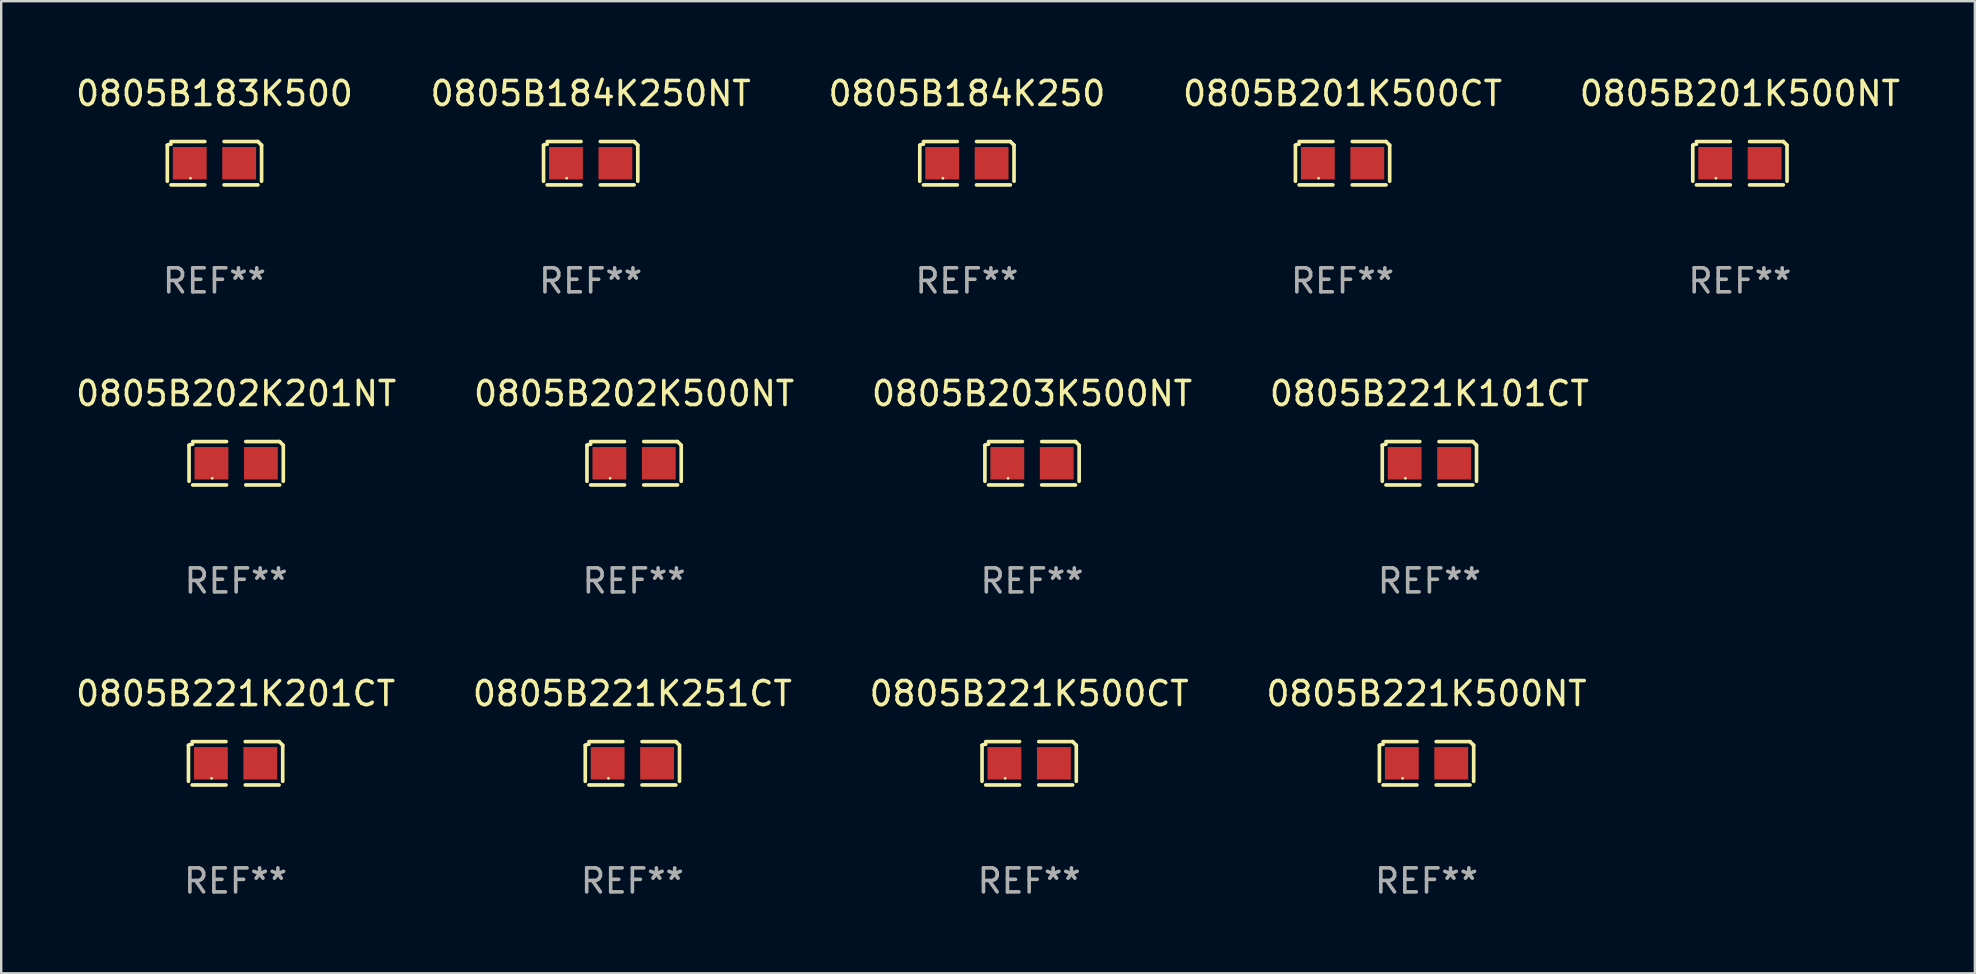
<source format=kicad_pcb>
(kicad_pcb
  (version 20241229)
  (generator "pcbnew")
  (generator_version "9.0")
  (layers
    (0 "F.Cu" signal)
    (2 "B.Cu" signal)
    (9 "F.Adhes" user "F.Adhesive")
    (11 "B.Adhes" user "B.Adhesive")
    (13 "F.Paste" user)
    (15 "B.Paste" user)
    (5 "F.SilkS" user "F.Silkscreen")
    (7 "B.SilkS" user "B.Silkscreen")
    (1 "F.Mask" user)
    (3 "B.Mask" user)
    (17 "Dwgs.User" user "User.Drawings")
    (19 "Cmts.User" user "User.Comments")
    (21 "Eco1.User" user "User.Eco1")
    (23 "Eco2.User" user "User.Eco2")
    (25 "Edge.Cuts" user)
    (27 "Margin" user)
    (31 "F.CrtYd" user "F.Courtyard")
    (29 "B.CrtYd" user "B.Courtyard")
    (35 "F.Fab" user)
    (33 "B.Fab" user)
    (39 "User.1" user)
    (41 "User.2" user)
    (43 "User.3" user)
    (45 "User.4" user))
  (footprint "0805B184K250NT"
    (layer "F.Cu")
    (at 21.565 3.752)
    (property "Reference" "0805B184K250NT" (at 0 -2.904 0) (layer "F.SilkS") (effects (font (size 1 1) (thickness 0.15))))
    (attr through_hole)
    (fp_line (start -1.964 0.751) (end -1.964 -0.751) (stroke (width 0.152) (type solid)) (layer "F.SilkS"))
    (fp_line (start -1.811 -0.904) (end -0.401 -0.904) (stroke (width 0.152) (type solid)) (layer "F.SilkS"))
    (fp_line (start -0.401 0.904) (end -1.811 0.904) (stroke (width 0.152) (type solid)) (layer "F.SilkS"))
    (fp_line (start 0.401 0.904) (end 1.811 0.904) (stroke (width 0.152) (type solid)) (layer "F.SilkS"))
    (fp_line (start 1.811 -0.904) (end 0.401 -0.904) (stroke (width 0.152) (type solid)) (layer "F.SilkS"))
    (fp_line (start 1.964 0.751) (end 1.964 -0.751) (stroke (width 0.152) (type solid)) (layer "F.SilkS"))
    (fp_arc (start -1.963602 -0.751207) (mid -1.890354 -0.783131) (end -1.811201 -0.794044) (stroke (width 0.1524) (type solid)) (layer "F.SilkS"))
    (fp_arc (start 1.811202 -0.903607) (mid 1.887413 -0.827418) (end 1.963602 -0.751207) (stroke (width 0.1524) (type solid)) (layer "F.SilkS"))
    (fp_circle (center -1 0.625) (end -0.97 0.625) (stroke (width 0.06) (type solid)) (fill no) (layer "F.SilkS"))
    (fp_text user "REF**" (at 0 4.904 0) (layer "F.Fab") (effects (font (size 1 1) (thickness 0.15))))
    (pad "1" smd rect (at -1.03 0) (size 1.41 1.35) (layers "F.Cu" "F.Mask" "F.Paste"))
    (pad "2" smd rect (at 1.03 0) (size 1.41 1.35) (layers "F.Cu" "F.Mask" "F.Paste")))
  (footprint "0805B183K500"
    (layer "F.Cu")
    (at 5.887 3.752)
    (property "Reference" "0805B183K500" (at 0 -2.904 0) (layer "F.SilkS") (effects (font (size 1 1) (thickness 0.15))))
    (attr through_hole)
    (fp_line (start -1.964 0.751) (end -1.964 -0.751) (stroke (width 0.152) (type solid)) (layer "F.SilkS"))
    (fp_line (start -1.811 -0.904) (end -0.401 -0.904) (stroke (width 0.152) (type solid)) (layer "F.SilkS"))
    (fp_line (start -0.401 0.904) (end -1.811 0.904) (stroke (width 0.152) (type solid)) (layer "F.SilkS"))
    (fp_line (start 0.401 0.904) (end 1.811 0.904) (stroke (width 0.152) (type solid)) (layer "F.SilkS"))
    (fp_line (start 1.811 -0.904) (end 0.401 -0.904) (stroke (width 0.152) (type solid)) (layer "F.SilkS"))
    (fp_line (start 1.964 0.751) (end 1.964 -0.751) (stroke (width 0.152) (type solid)) (layer "F.SilkS"))
    (fp_arc (start -1.963602 -0.751207) (mid -1.890354 -0.783131) (end -1.811201 -0.794044) (stroke (width 0.1524) (type solid)) (layer "F.SilkS"))
    (fp_arc (start 1.811202 -0.903607) (mid 1.887413 -0.827418) (end 1.963602 -0.751207) (stroke (width 0.1524) (type solid)) (layer "F.SilkS"))
    (fp_circle (center -1 0.625) (end -0.97 0.625) (stroke (width 0.06) (type solid)) (fill no) (layer "F.SilkS"))
    (fp_text user "REF**" (at 0 4.904 0) (layer "F.Fab") (effects (font (size 1 1) (thickness 0.15))))
    (pad "1" smd rect (at -1.03 0) (size 1.41 1.35) (layers "F.Cu" "F.Mask" "F.Paste"))
    (pad "2" smd rect (at 1.03 0) (size 1.41 1.35) (layers "F.Cu" "F.Mask" "F.Paste")))
  (footprint "0805B221K101CT"
    (layer "F.Cu")
    (at 56.518 16.256)
    (property "Reference" "0805B221K101CT" (at 0 -2.904 0) (layer "F.SilkS") (effects (font (size 1 1) (thickness 0.15))))
    (attr through_hole)
    (fp_line (start -1.964 0.751) (end -1.964 -0.751) (stroke (width 0.152) (type solid)) (layer "F.SilkS"))
    (fp_line (start -1.811 -0.904) (end -0.401 -0.904) (stroke (width 0.152) (type solid)) (layer "F.SilkS"))
    (fp_line (start -0.401 0.904) (end -1.811 0.904) (stroke (width 0.152) (type solid)) (layer "F.SilkS"))
    (fp_line (start 0.401 0.904) (end 1.811 0.904) (stroke (width 0.152) (type solid)) (layer "F.SilkS"))
    (fp_line (start 1.811 -0.904) (end 0.401 -0.904) (stroke (width 0.152) (type solid)) (layer "F.SilkS"))
    (fp_line (start 1.964 0.751) (end 1.964 -0.751) (stroke (width 0.152) (type solid)) (layer "F.SilkS"))
    (fp_arc (start -1.963602 -0.751207) (mid -1.890354 -0.783131) (end -1.811201 -0.794044) (stroke (width 0.1524) (type solid)) (layer "F.SilkS"))
    (fp_arc (start 1.811202 -0.903607) (mid 1.887413 -0.827418) (end 1.963602 -0.751207) (stroke (width 0.1524) (type solid)) (layer "F.SilkS"))
    (fp_circle (center -1 0.625) (end -0.97 0.625) (stroke (width 0.06) (type solid)) (fill no) (layer "F.SilkS"))
    (fp_text user "REF**" (at 0 4.904 0) (layer "F.Fab") (effects (font (size 1 1) (thickness 0.15))))
    (pad "1" smd rect (at -1.03 0) (size 1.41 1.35) (layers "F.Cu" "F.Mask" "F.Paste"))
    (pad "2" smd rect (at 1.03 0) (size 1.41 1.35) (layers "F.Cu" "F.Mask" "F.Paste")))
  (footprint "0805B184K250"
    (layer "F.Cu")
    (at 37.244 3.752)
    (property "Reference" "0805B184K250" (at 0 -2.904 0) (layer "F.SilkS") (effects (font (size 1 1) (thickness 0.15))))
    (attr through_hole)
    (fp_line (start -1.964 0.751) (end -1.964 -0.751) (stroke (width 0.152) (type solid)) (layer "F.SilkS"))
    (fp_line (start -1.811 -0.904) (end -0.401 -0.904) (stroke (width 0.152) (type solid)) (layer "F.SilkS"))
    (fp_line (start -0.401 0.904) (end -1.811 0.904) (stroke (width 0.152) (type solid)) (layer "F.SilkS"))
    (fp_line (start 0.401 0.904) (end 1.811 0.904) (stroke (width 0.152) (type solid)) (layer "F.SilkS"))
    (fp_line (start 1.811 -0.904) (end 0.401 -0.904) (stroke (width 0.152) (type solid)) (layer "F.SilkS"))
    (fp_line (start 1.964 0.751) (end 1.964 -0.751) (stroke (width 0.152) (type solid)) (layer "F.SilkS"))
    (fp_arc (start -1.963602 -0.751207) (mid -1.890354 -0.783131) (end -1.811201 -0.794044) (stroke (width 0.1524) (type solid)) (layer "F.SilkS"))
    (fp_arc (start 1.811202 -0.903607) (mid 1.887413 -0.827418) (end 1.963602 -0.751207) (stroke (width 0.1524) (type solid)) (layer "F.SilkS"))
    (fp_circle (center -1 0.625) (end -0.97 0.625) (stroke (width 0.06) (type solid)) (fill no) (layer "F.SilkS"))
    (fp_text user "REF**" (at 0 4.904 0) (layer "F.Fab") (effects (font (size 1 1) (thickness 0.15))))
    (pad "1" smd rect (at -1.03 0) (size 1.41 1.35) (layers "F.Cu" "F.Mask" "F.Paste"))
    (pad "2" smd rect (at 1.03 0) (size 1.41 1.35) (layers "F.Cu" "F.Mask" "F.Paste")))
  (footprint "0805B221K500CT"
    (layer "F.Cu")
    (at 39.839 28.759)
    (property "Reference" "0805B221K500CT" (at 0 -2.904 0) (layer "F.SilkS") (effects (font (size 1 1) (thickness 0.15))))
    (attr through_hole)
    (fp_line (start -1.964 0.751) (end -1.964 -0.751) (stroke (width 0.152) (type solid)) (layer "F.SilkS"))
    (fp_line (start -1.811 -0.904) (end -0.401 -0.904) (stroke (width 0.152) (type solid)) (layer "F.SilkS"))
    (fp_line (start -0.401 0.904) (end -1.811 0.904) (stroke (width 0.152) (type solid)) (layer "F.SilkS"))
    (fp_line (start 0.401 0.904) (end 1.811 0.904) (stroke (width 0.152) (type solid)) (layer "F.SilkS"))
    (fp_line (start 1.811 -0.904) (end 0.401 -0.904) (stroke (width 0.152) (type solid)) (layer "F.SilkS"))
    (fp_line (start 1.964 0.751) (end 1.964 -0.751) (stroke (width 0.152) (type solid)) (layer "F.SilkS"))
    (fp_arc (start -1.963602 -0.751207) (mid -1.890354 -0.783131) (end -1.811201 -0.794044) (stroke (width 0.1524) (type solid)) (layer "F.SilkS"))
    (fp_arc (start 1.811202 -0.903607) (mid 1.887413 -0.827418) (end 1.963602 -0.751207) (stroke (width 0.1524) (type solid)) (layer "F.SilkS"))
    (fp_circle (center -1 0.625) (end -0.97 0.625) (stroke (width 0.06) (type solid)) (fill no) (layer "F.SilkS"))
    (fp_text user "REF**" (at 0 4.904 0) (layer "F.Fab") (effects (font (size 1 1) (thickness 0.15))))
    (pad "1" smd rect (at -1.03 0) (size 1.41 1.35) (layers "F.Cu" "F.Mask" "F.Paste"))
    (pad "2" smd rect (at 1.03 0) (size 1.41 1.35) (layers "F.Cu" "F.Mask" "F.Paste")))
  (footprint "0805B203K500NT"
    (layer "F.Cu")
    (at 39.958 16.256)
    (property "Reference" "0805B203K500NT" (at 0 -2.904 0) (layer "F.SilkS") (effects (font (size 1 1) (thickness 0.15))))
    (attr through_hole)
    (fp_line (start -1.964 0.751) (end -1.964 -0.751) (stroke (width 0.152) (type solid)) (layer "F.SilkS"))
    (fp_line (start -1.811 -0.904) (end -0.401 -0.904) (stroke (width 0.152) (type solid)) (layer "F.SilkS"))
    (fp_line (start -0.401 0.904) (end -1.811 0.904) (stroke (width 0.152) (type solid)) (layer "F.SilkS"))
    (fp_line (start 0.401 0.904) (end 1.811 0.904) (stroke (width 0.152) (type solid)) (layer "F.SilkS"))
    (fp_line (start 1.811 -0.904) (end 0.401 -0.904) (stroke (width 0.152) (type solid)) (layer "F.SilkS"))
    (fp_line (start 1.964 0.751) (end 1.964 -0.751) (stroke (width 0.152) (type solid)) (layer "F.SilkS"))
    (fp_arc (start -1.963602 -0.751207) (mid -1.890354 -0.783131) (end -1.811201 -0.794044) (stroke (width 0.1524) (type solid)) (layer "F.SilkS"))
    (fp_arc (start 1.811202 -0.903607) (mid 1.887413 -0.827418) (end 1.963602 -0.751207) (stroke (width 0.1524) (type solid)) (layer "F.SilkS"))
    (fp_circle (center -1 0.625) (end -0.97 0.625) (stroke (width 0.06) (type solid)) (fill no) (layer "F.SilkS"))
    (fp_text user "REF**" (at 0 4.904 0) (layer "F.Fab") (effects (font (size 1 1) (thickness 0.15))))
    (pad "1" smd rect (at -1.03 0) (size 1.41 1.35) (layers "F.Cu" "F.Mask" "F.Paste"))
    (pad "2" smd rect (at 1.03 0) (size 1.41 1.35) (layers "F.Cu" "F.Mask" "F.Paste")))
  (footprint "0805B221K251CT"
    (layer "F.Cu")
    (at 23.304 28.759)
    (property "Reference" "0805B221K251CT" (at 0 -2.904 0) (layer "F.SilkS") (effects (font (size 1 1) (thickness 0.15))))
    (attr through_hole)
    (fp_line (start -1.964 0.751) (end -1.964 -0.751) (stroke (width 0.152) (type solid)) (layer "F.SilkS"))
    (fp_line (start -1.811 -0.904) (end -0.401 -0.904) (stroke (width 0.152) (type solid)) (layer "F.SilkS"))
    (fp_line (start -0.401 0.904) (end -1.811 0.904) (stroke (width 0.152) (type solid)) (layer "F.SilkS"))
    (fp_line (start 0.401 0.904) (end 1.811 0.904) (stroke (width 0.152) (type solid)) (layer "F.SilkS"))
    (fp_line (start 1.811 -0.904) (end 0.401 -0.904) (stroke (width 0.152) (type solid)) (layer "F.SilkS"))
    (fp_line (start 1.964 0.751) (end 1.964 -0.751) (stroke (width 0.152) (type solid)) (layer "F.SilkS"))
    (fp_arc (start -1.963602 -0.751207) (mid -1.890354 -0.783131) (end -1.811201 -0.794044) (stroke (width 0.1524) (type solid)) (layer "F.SilkS"))
    (fp_arc (start 1.811202 -0.903607) (mid 1.887413 -0.827418) (end 1.963602 -0.751207) (stroke (width 0.1524) (type solid)) (layer "F.SilkS"))
    (fp_circle (center -1 0.625) (end -0.97 0.625) (stroke (width 0.06) (type solid)) (fill no) (layer "F.SilkS"))
    (fp_text user "REF**" (at 0 4.904 0) (layer "F.Fab") (effects (font (size 1 1) (thickness 0.15))))
    (pad "1" smd rect (at -1.03 0) (size 1.41 1.35) (layers "F.Cu" "F.Mask" "F.Paste"))
    (pad "2" smd rect (at 1.03 0) (size 1.41 1.35) (layers "F.Cu" "F.Mask" "F.Paste")))
  (footprint "0805B202K201NT"
    (layer "F.Cu")
    (at 6.792 16.256)
    (property "Reference" "0805B202K201NT" (at 0 -2.904 0) (layer "F.SilkS") (effects (font (size 1 1) (thickness 0.15))))
    (attr through_hole)
    (fp_line (start -1.964 0.751) (end -1.964 -0.751) (stroke (width 0.152) (type solid)) (layer "F.SilkS"))
    (fp_line (start -1.811 -0.904) (end -0.401 -0.904) (stroke (width 0.152) (type solid)) (layer "F.SilkS"))
    (fp_line (start -0.401 0.904) (end -1.811 0.904) (stroke (width 0.152) (type solid)) (layer "F.SilkS"))
    (fp_line (start 0.401 0.904) (end 1.811 0.904) (stroke (width 0.152) (type solid)) (layer "F.SilkS"))
    (fp_line (start 1.811 -0.904) (end 0.401 -0.904) (stroke (width 0.152) (type solid)) (layer "F.SilkS"))
    (fp_line (start 1.964 0.751) (end 1.964 -0.751) (stroke (width 0.152) (type solid)) (layer "F.SilkS"))
    (fp_arc (start -1.963602 -0.751207) (mid -1.890354 -0.783131) (end -1.811201 -0.794044) (stroke (width 0.1524) (type solid)) (layer "F.SilkS"))
    (fp_arc (start 1.811202 -0.903607) (mid 1.887413 -0.827418) (end 1.963602 -0.751207) (stroke (width 0.1524) (type solid)) (layer "F.SilkS"))
    (fp_circle (center -1 0.625) (end -0.97 0.625) (stroke (width 0.06) (type solid)) (fill no) (layer "F.SilkS"))
    (fp_text user "REF**" (at 0 4.904 0) (layer "F.Fab") (effects (font (size 1 1) (thickness 0.15))))
    (pad "1" smd rect (at -1.03 0) (size 1.41 1.35) (layers "F.Cu" "F.Mask" "F.Paste"))
    (pad "2" smd rect (at 1.03 0) (size 1.41 1.35) (layers "F.Cu" "F.Mask" "F.Paste")))
  (footprint "0805B202K500NT"
    (layer "F.Cu")
    (at 23.375 16.256)
    (property "Reference" "0805B202K500NT" (at 0 -2.904 0) (layer "F.SilkS") (effects (font (size 1 1) (thickness 0.15))))
    (attr through_hole)
    (fp_line (start -1.964 0.751) (end -1.964 -0.751) (stroke (width 0.152) (type solid)) (layer "F.SilkS"))
    (fp_line (start -1.811 -0.904) (end -0.401 -0.904) (stroke (width 0.152) (type solid)) (layer "F.SilkS"))
    (fp_line (start -0.401 0.904) (end -1.811 0.904) (stroke (width 0.152) (type solid)) (layer "F.SilkS"))
    (fp_line (start 0.401 0.904) (end 1.811 0.904) (stroke (width 0.152) (type solid)) (layer "F.SilkS"))
    (fp_line (start 1.811 -0.904) (end 0.401 -0.904) (stroke (width 0.152) (type solid)) (layer "F.SilkS"))
    (fp_line (start 1.964 0.751) (end 1.964 -0.751) (stroke (width 0.152) (type solid)) (layer "F.SilkS"))
    (fp_arc (start -1.963602 -0.751207) (mid -1.890354 -0.783131) (end -1.811201 -0.794044) (stroke (width 0.1524) (type solid)) (layer "F.SilkS"))
    (fp_arc (start 1.811202 -0.903607) (mid 1.887413 -0.827418) (end 1.963602 -0.751207) (stroke (width 0.1524) (type solid)) (layer "F.SilkS"))
    (fp_circle (center -1 0.625) (end -0.97 0.625) (stroke (width 0.06) (type solid)) (fill no) (layer "F.SilkS"))
    (fp_text user "REF**" (at 0 4.904 0) (layer "F.Fab") (effects (font (size 1 1) (thickness 0.15))))
    (pad "1" smd rect (at -1.03 0) (size 1.41 1.35) (layers "F.Cu" "F.Mask" "F.Paste"))
    (pad "2" smd rect (at 1.03 0) (size 1.41 1.35) (layers "F.Cu" "F.Mask" "F.Paste")))
  (footprint "0805B221K201CT"
    (layer "F.Cu")
    (at 6.768 28.759)
    (property "Reference" "0805B221K201CT" (at 0 -2.904 0) (layer "F.SilkS") (effects (font (size 1 1) (thickness 0.15))))
    (attr through_hole)
    (fp_line (start -1.964 0.751) (end -1.964 -0.751) (stroke (width 0.152) (type solid)) (layer "F.SilkS"))
    (fp_line (start -1.811 -0.904) (end -0.401 -0.904) (stroke (width 0.152) (type solid)) (layer "F.SilkS"))
    (fp_line (start -0.401 0.904) (end -1.811 0.904) (stroke (width 0.152) (type solid)) (layer "F.SilkS"))
    (fp_line (start 0.401 0.904) (end 1.811 0.904) (stroke (width 0.152) (type solid)) (layer "F.SilkS"))
    (fp_line (start 1.811 -0.904) (end 0.401 -0.904) (stroke (width 0.152) (type solid)) (layer "F.SilkS"))
    (fp_line (start 1.964 0.751) (end 1.964 -0.751) (stroke (width 0.152) (type solid)) (layer "F.SilkS"))
    (fp_arc (start -1.963602 -0.751207) (mid -1.890354 -0.783131) (end -1.811201 -0.794044) (stroke (width 0.1524) (type solid)) (layer "F.SilkS"))
    (fp_arc (start 1.811202 -0.903607) (mid 1.887413 -0.827418) (end 1.963602 -0.751207) (stroke (width 0.1524) (type solid)) (layer "F.SilkS"))
    (fp_circle (center -1 0.625) (end -0.97 0.625) (stroke (width 0.06) (type solid)) (fill no) (layer "F.SilkS"))
    (fp_text user "REF**" (at 0 4.904 0) (layer "F.Fab") (effects (font (size 1 1) (thickness 0.15))))
    (pad "1" smd rect (at -1.03 0) (size 1.41 1.35) (layers "F.Cu" "F.Mask" "F.Paste"))
    (pad "2" smd rect (at 1.03 0) (size 1.41 1.35) (layers "F.Cu" "F.Mask" "F.Paste")))
  (footprint "0805B201K500CT"
    (layer "F.Cu")
    (at 52.899 3.752)
    (property "Reference" "0805B201K500CT" (at 0 -2.904 0) (layer "F.SilkS") (effects (font (size 1 1) (thickness 0.15))))
    (attr through_hole)
    (fp_line (start -1.964 0.751) (end -1.964 -0.751) (stroke (width 0.152) (type solid)) (layer "F.SilkS"))
    (fp_line (start -1.811 -0.904) (end -0.401 -0.904) (stroke (width 0.152) (type solid)) (layer "F.SilkS"))
    (fp_line (start -0.401 0.904) (end -1.811 0.904) (stroke (width 0.152) (type solid)) (layer "F.SilkS"))
    (fp_line (start 0.401 0.904) (end 1.811 0.904) (stroke (width 0.152) (type solid)) (layer "F.SilkS"))
    (fp_line (start 1.811 -0.904) (end 0.401 -0.904) (stroke (width 0.152) (type solid)) (layer "F.SilkS"))
    (fp_line (start 1.964 0.751) (end 1.964 -0.751) (stroke (width 0.152) (type solid)) (layer "F.SilkS"))
    (fp_arc (start -1.963602 -0.751207) (mid -1.890354 -0.783131) (end -1.811201 -0.794044) (stroke (width 0.1524) (type solid)) (layer "F.SilkS"))
    (fp_arc (start 1.811202 -0.903607) (mid 1.887413 -0.827418) (end 1.963602 -0.751207) (stroke (width 0.1524) (type solid)) (layer "F.SilkS"))
    (fp_circle (center -1 0.625) (end -0.97 0.625) (stroke (width 0.06) (type solid)) (fill no) (layer "F.SilkS"))
    (fp_text user "REF**" (at 0 4.904 0) (layer "F.Fab") (effects (font (size 1 1) (thickness 0.15))))
    (pad "1" smd rect (at -1.03 0) (size 1.41 1.35) (layers "F.Cu" "F.Mask" "F.Paste"))
    (pad "2" smd rect (at 1.03 0) (size 1.41 1.35) (layers "F.Cu" "F.Mask" "F.Paste")))
  (footprint "0805B221K500NT"
    (layer "F.Cu")
    (at 56.399 28.759)
    (property "Reference" "0805B221K500NT" (at 0 -2.904 0) (layer "F.SilkS") (effects (font (size 1 1) (thickness 0.15))))
    (attr through_hole)
    (fp_line (start -1.964 0.751) (end -1.964 -0.751) (stroke (width 0.152) (type solid)) (layer "F.SilkS"))
    (fp_line (start -1.811 -0.904) (end -0.401 -0.904) (stroke (width 0.152) (type solid)) (layer "F.SilkS"))
    (fp_line (start -0.401 0.904) (end -1.811 0.904) (stroke (width 0.152) (type solid)) (layer "F.SilkS"))
    (fp_line (start 0.401 0.904) (end 1.811 0.904) (stroke (width 0.152) (type solid)) (layer "F.SilkS"))
    (fp_line (start 1.811 -0.904) (end 0.401 -0.904) (stroke (width 0.152) (type solid)) (layer "F.SilkS"))
    (fp_line (start 1.964 0.751) (end 1.964 -0.751) (stroke (width 0.152) (type solid)) (layer "F.SilkS"))
    (fp_arc (start -1.963602 -0.751207) (mid -1.890354 -0.783131) (end -1.811201 -0.794044) (stroke (width 0.1524) (type solid)) (layer "F.SilkS"))
    (fp_arc (start 1.811202 -0.903607) (mid 1.887413 -0.827418) (end 1.963602 -0.751207) (stroke (width 0.1524) (type solid)) (layer "F.SilkS"))
    (fp_circle (center -1 0.625) (end -0.97 0.625) (stroke (width 0.06) (type solid)) (fill no) (layer "F.SilkS"))
    (fp_text user "REF**" (at 0 4.904 0) (layer "F.Fab") (effects (font (size 1 1) (thickness 0.15))))
    (pad "1" smd rect (at -1.03 0) (size 1.41 1.35) (layers "F.Cu" "F.Mask" "F.Paste"))
    (pad "2" smd rect (at 1.03 0) (size 1.41 1.35) (layers "F.Cu" "F.Mask" "F.Paste")))
  (footprint "0805B201K500NT"
    (layer "F.Cu")
    (at 69.458 3.752)
    (property "Reference" "0805B201K500NT" (at 0 -2.904 0) (layer "F.SilkS") (effects (font (size 1 1) (thickness 0.15))))
    (attr through_hole)
    (fp_line (start -1.964 0.751) (end -1.964 -0.751) (stroke (width 0.152) (type solid)) (layer "F.SilkS"))
    (fp_line (start -1.811 -0.904) (end -0.401 -0.904) (stroke (width 0.152) (type solid)) (layer "F.SilkS"))
    (fp_line (start -0.401 0.904) (end -1.811 0.904) (stroke (width 0.152) (type solid)) (layer "F.SilkS"))
    (fp_line (start 0.401 0.904) (end 1.811 0.904) (stroke (width 0.152) (type solid)) (layer "F.SilkS"))
    (fp_line (start 1.811 -0.904) (end 0.401 -0.904) (stroke (width 0.152) (type solid)) (layer "F.SilkS"))
    (fp_line (start 1.964 0.751) (end 1.964 -0.751) (stroke (width 0.152) (type solid)) (layer "F.SilkS"))
    (fp_arc (start -1.963602 -0.751207) (mid -1.890354 -0.783131) (end -1.811201 -0.794044) (stroke (width 0.1524) (type solid)) (layer "F.SilkS"))
    (fp_arc (start 1.811202 -0.903607) (mid 1.887413 -0.827418) (end 1.963602 -0.751207) (stroke (width 0.1524) (type solid)) (layer "F.SilkS"))
    (fp_circle (center -1 0.625) (end -0.97 0.625) (stroke (width 0.06) (type solid)) (fill no) (layer "F.SilkS"))
    (fp_text user "REF**" (at 0 4.904 0) (layer "F.Fab") (effects (font (size 1 1) (thickness 0.15))))
    (pad "1" smd rect (at -1.03 0) (size 1.41 1.35) (layers "F.Cu" "F.Mask" "F.Paste"))
    (pad "2" smd rect (at 1.03 0) (size 1.41 1.35) (layers "F.Cu" "F.Mask" "F.Paste")))
  (gr_rect
    (start -3 -3)
    (end 79.25 37.511)
    (stroke (width 0.1) (type default))
    (fill no)
    (layer "Edge.Cuts")))
</source>
